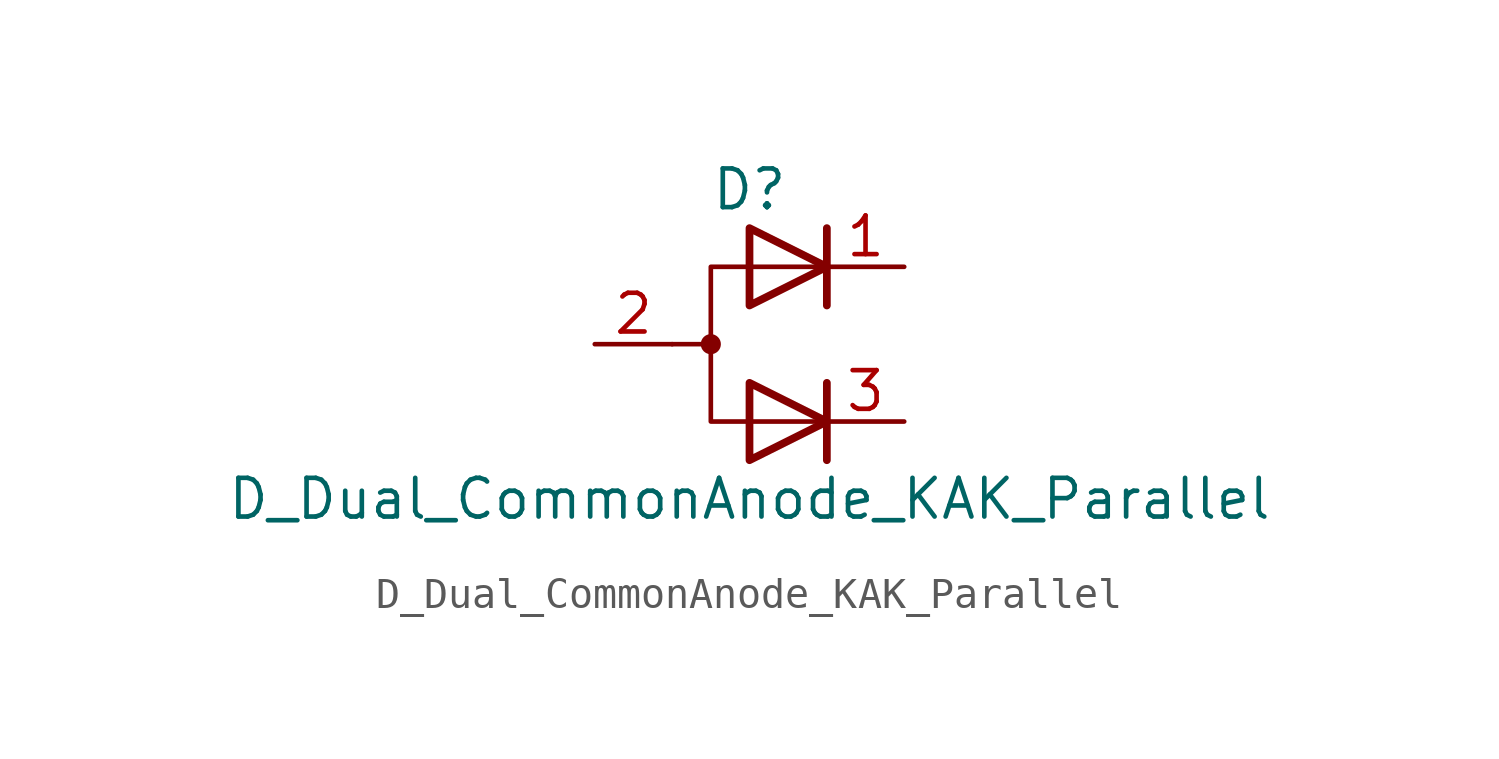
<source format=kicad_sym>
(kicad_symbol_lib
  (version 20201005)
  (generator kicad_symbol_editor)
  (symbol "D_Dual_CommonAnode_KAK_Parallel"
    (pin_names
      (offset 0.762) hide)
    (property "Reference" "D"
      (at 0 5.08 0)
      (effects (font (size 1.27 1.27))))
    (property "Value" "D_Dual_CommonAnode_KAK_Parallel"
      (at 0 -5.08 0)
      (effects (font (size 1.27 1.27))))
    (symbol "D_Dual_CommonAnode_KAK_Parallel_0_0"
      (polyline (pts (xy 2.54 -1.27) (xy 2.54 -3.81)) (stroke (width 0.254)) (fill (type none)))
      (polyline (pts (xy 2.54 3.81) (xy 2.54 1.27)) (stroke (width 0.254)) (fill (type none))))
    (symbol "D_Dual_CommonAnode_KAK_Parallel_0_1"
      (circle (center -1.27 0) (radius 0.254) (stroke (width 0)) (fill (type outline)))
      (polyline (pts (xy -1.27 0) (xy -2.54 0)) (stroke (width 0)) (fill (type none)))
      (polyline (pts (xy 2.54 2.54) (xy -1.27 2.54) (xy -1.27 -2.54) (xy 2.54 -2.54)) (stroke (width 0)) (fill (type none)))
      (polyline (pts (xy 0 -1.27) (xy 2.54 -2.54) (xy 0 -3.81) (xy 0 -1.27) (xy 0 -1.27) (xy 0 -1.27)) (stroke (width 0.254)) (fill (type none)))
      (polyline (pts (xy 0 3.81) (xy 2.54 2.54) (xy 0 1.27) (xy 0 3.81) (xy 0 3.81) (xy 0 3.81)) (stroke (width 0.254)) (fill (type none)))
      (pin passive line (at 5.08 2.54 180) (length 2.54) (name "K" (effects (font (size 1.27 1.27)))) (number "1" (effects (font (size 1.27 1.27)))))
      (pin passive line (at -5.08 0 0) (length 2.54) (name "A" (effects (font (size 1.27 1.27)))) (number "2" (effects (font (size 1.27 1.27)))))
      (pin passive line (at 5.08 -2.54 180) (length 2.54) (name "K" (effects (font (size 1.27 1.27)))) (number "3" (effects (font (size 1.27 1.27))))))))
</source>
